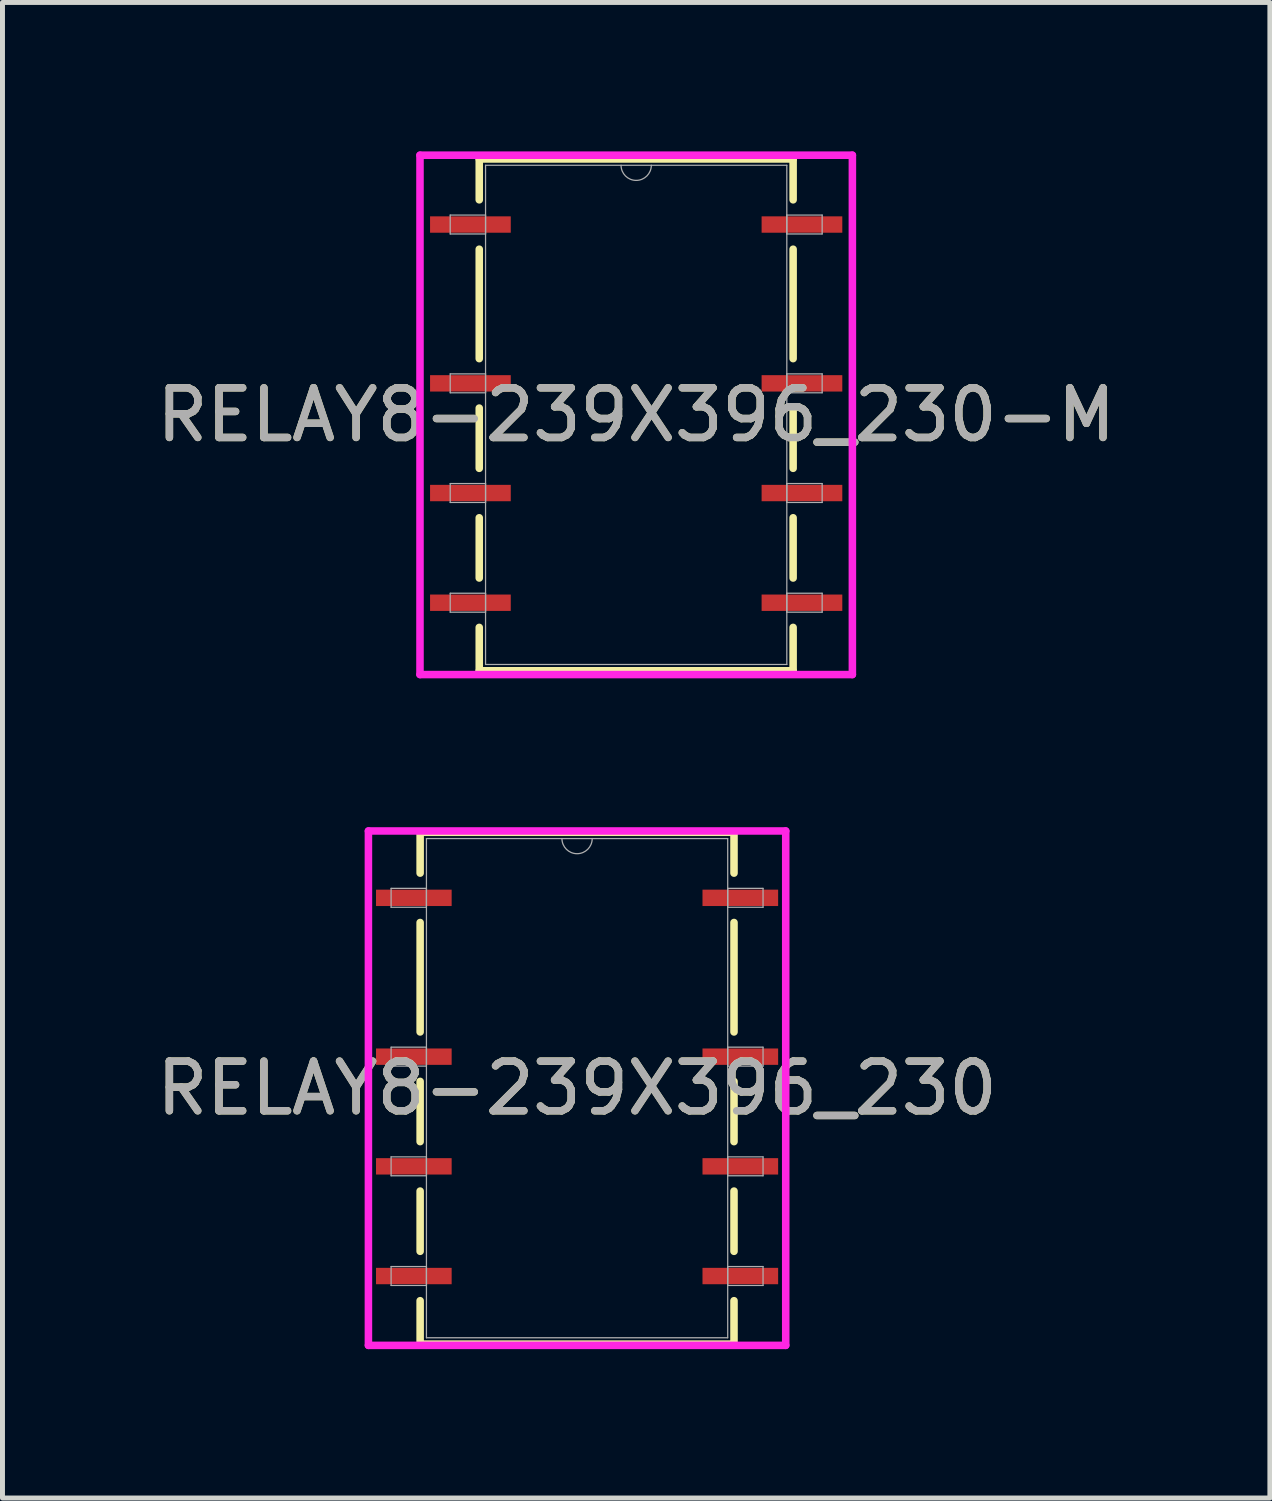
<source format=kicad_pcb>
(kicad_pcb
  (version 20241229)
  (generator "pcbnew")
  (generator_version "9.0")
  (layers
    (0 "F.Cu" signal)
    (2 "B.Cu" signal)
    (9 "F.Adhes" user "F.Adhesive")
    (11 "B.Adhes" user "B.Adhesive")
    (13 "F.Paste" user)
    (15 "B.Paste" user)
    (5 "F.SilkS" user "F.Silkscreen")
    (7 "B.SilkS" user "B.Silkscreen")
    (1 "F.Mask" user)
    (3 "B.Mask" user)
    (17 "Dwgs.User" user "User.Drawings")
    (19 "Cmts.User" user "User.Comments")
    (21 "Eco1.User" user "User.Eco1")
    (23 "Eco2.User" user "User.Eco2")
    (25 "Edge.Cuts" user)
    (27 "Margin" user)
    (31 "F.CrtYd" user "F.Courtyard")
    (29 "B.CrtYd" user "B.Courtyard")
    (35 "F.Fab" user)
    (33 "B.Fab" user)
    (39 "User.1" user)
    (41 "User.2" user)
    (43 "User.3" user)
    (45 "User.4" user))
  (footprint "RELAY8-239X396_230"
    (layer "F.Cu")
    (at 8.577 18.875)
    (property "Reference" "RELAY8-239X396_230" (at 0 0 0) (unlocked yes) (layer "F.SilkS") (effects (font (size 1 1) (thickness 0.15))))
    (attr smd)
    (fp_line (start -3.162 -5.156) (end -3.162 -4.333) (stroke (width 0.152) (type solid)) (layer "F.SilkS"))
    (fp_line (start -3.162 -3.338) (end -3.162 -1.133) (stroke (width 0.152) (type solid)) (layer "F.SilkS"))
    (fp_line (start -3.162 -0.137) (end -3.162 1.077) (stroke (width 0.152) (type solid)) (layer "F.SilkS"))
    (fp_line (start -3.162 2.073) (end -3.162 3.287) (stroke (width 0.152) (type solid)) (layer "F.SilkS"))
    (fp_line (start -3.162 4.282) (end -3.162 5.156) (stroke (width 0.152) (type solid)) (layer "F.SilkS"))
    (fp_line (start -3.162 5.156) (end 3.162 5.156) (stroke (width 0.152) (type solid)) (layer "F.SilkS"))
    (fp_line (start 3.162 -5.156) (end -3.162 -5.156) (stroke (width 0.152) (type solid)) (layer "F.SilkS"))
    (fp_line (start 3.162 -4.333) (end 3.162 -5.156) (stroke (width 0.152) (type solid)) (layer "F.SilkS"))
    (fp_line (start 3.162 -1.133) (end 3.162 -3.338) (stroke (width 0.152) (type solid)) (layer "F.SilkS"))
    (fp_line (start 3.162 1.077) (end 3.162 -0.137) (stroke (width 0.152) (type solid)) (layer "F.SilkS"))
    (fp_line (start 3.162 3.287) (end 3.162 2.073) (stroke (width 0.152) (type solid)) (layer "F.SilkS"))
    (fp_line (start 3.162 5.156) (end 3.162 4.282) (stroke (width 0.152) (type solid)) (layer "F.SilkS"))
    (fp_line (start -4.204 -5.182) (end 4.204 -5.182) (stroke (width 0.152) (type solid)) (layer "F.CrtYd"))
    (fp_line (start -4.204 5.182) (end -4.204 -5.182) (stroke (width 0.152) (type solid)) (layer "F.CrtYd"))
    (fp_line (start 4.204 -5.182) (end 4.204 5.182) (stroke (width 0.152) (type solid)) (layer "F.CrtYd"))
    (fp_line (start 4.204 5.182) (end -4.204 5.182) (stroke (width 0.152) (type solid)) (layer "F.CrtYd"))
    (fp_line (start -3.747 -4.026) (end -3.747 -3.645) (stroke (width 0.025) (type solid)) (layer "F.Fab"))
    (fp_line (start -3.747 -3.645) (end -3.035 -3.645) (stroke (width 0.025) (type solid)) (layer "F.Fab"))
    (fp_line (start -3.747 -0.826) (end -3.747 -0.445) (stroke (width 0.025) (type solid)) (layer "F.Fab"))
    (fp_line (start -3.747 -0.445) (end -3.035 -0.445) (stroke (width 0.025) (type solid)) (layer "F.Fab"))
    (fp_line (start -3.747 1.384) (end -3.747 1.765) (stroke (width 0.025) (type solid)) (layer "F.Fab"))
    (fp_line (start -3.747 1.765) (end -3.035 1.765) (stroke (width 0.025) (type solid)) (layer "F.Fab"))
    (fp_line (start -3.747 3.594) (end -3.747 3.975) (stroke (width 0.025) (type solid)) (layer "F.Fab"))
    (fp_line (start -3.747 3.975) (end -3.035 3.975) (stroke (width 0.025) (type solid)) (layer "F.Fab"))
    (fp_line (start -3.035 -5.029) (end -3.035 5.029) (stroke (width 0.025) (type solid)) (layer "F.Fab"))
    (fp_line (start -3.035 -4.026) (end -3.747 -4.026) (stroke (width 0.025) (type solid)) (layer "F.Fab"))
    (fp_line (start -3.035 -3.645) (end -3.035 -4.026) (stroke (width 0.025) (type solid)) (layer "F.Fab"))
    (fp_line (start -3.035 -0.826) (end -3.747 -0.826) (stroke (width 0.025) (type solid)) (layer "F.Fab"))
    (fp_line (start -3.035 -0.445) (end -3.035 -0.826) (stroke (width 0.025) (type solid)) (layer "F.Fab"))
    (fp_line (start -3.035 1.384) (end -3.747 1.384) (stroke (width 0.025) (type solid)) (layer "F.Fab"))
    (fp_line (start -3.035 1.765) (end -3.035 1.384) (stroke (width 0.025) (type solid)) (layer "F.Fab"))
    (fp_line (start -3.035 3.594) (end -3.747 3.594) (stroke (width 0.025) (type solid)) (layer "F.Fab"))
    (fp_line (start -3.035 3.975) (end -3.035 3.594) (stroke (width 0.025) (type solid)) (layer "F.Fab"))
    (fp_line (start -3.035 5.029) (end 3.035 5.029) (stroke (width 0.025) (type solid)) (layer "F.Fab"))
    (fp_line (start 3.035 -5.029) (end -3.035 -5.029) (stroke (width 0.025) (type solid)) (layer "F.Fab"))
    (fp_line (start 3.035 -4.026) (end 3.035 -3.645) (stroke (width 0.025) (type solid)) (layer "F.Fab"))
    (fp_line (start 3.035 -3.645) (end 3.747 -3.645) (stroke (width 0.025) (type solid)) (layer "F.Fab"))
    (fp_line (start 3.035 -0.826) (end 3.035 -0.445) (stroke (width 0.025) (type solid)) (layer "F.Fab"))
    (fp_line (start 3.035 -0.445) (end 3.747 -0.445) (stroke (width 0.025) (type solid)) (layer "F.Fab"))
    (fp_line (start 3.035 1.384) (end 3.035 1.765) (stroke (width 0.025) (type solid)) (layer "F.Fab"))
    (fp_line (start 3.035 1.765) (end 3.747 1.765) (stroke (width 0.025) (type solid)) (layer "F.Fab"))
    (fp_line (start 3.035 3.594) (end 3.035 3.975) (stroke (width 0.025) (type solid)) (layer "F.Fab"))
    (fp_line (start 3.035 3.975) (end 3.747 3.975) (stroke (width 0.025) (type solid)) (layer "F.Fab"))
    (fp_line (start 3.035 5.029) (end 3.035 -5.029) (stroke (width 0.025) (type solid)) (layer "F.Fab"))
    (fp_line (start 3.747 -4.026) (end 3.035 -4.026) (stroke (width 0.025) (type solid)) (layer "F.Fab"))
    (fp_line (start 3.747 -3.645) (end 3.747 -4.026) (stroke (width 0.025) (type solid)) (layer "F.Fab"))
    (fp_line (start 3.747 -0.826) (end 3.035 -0.826) (stroke (width 0.025) (type solid)) (layer "F.Fab"))
    (fp_line (start 3.747 -0.445) (end 3.747 -0.826) (stroke (width 0.025) (type solid)) (layer "F.Fab"))
    (fp_line (start 3.747 1.384) (end 3.035 1.384) (stroke (width 0.025) (type solid)) (layer "F.Fab"))
    (fp_line (start 3.747 1.765) (end 3.747 1.384) (stroke (width 0.025) (type solid)) (layer "F.Fab"))
    (fp_line (start 3.747 3.594) (end 3.035 3.594) (stroke (width 0.025) (type solid)) (layer "F.Fab"))
    (fp_line (start 3.747 3.975) (end 3.747 3.594) (stroke (width 0.025) (type solid)) (layer "F.Fab"))
    (fp_arc (start 0.3048 -5.0292) (mid 0 -4.7244) (end -0.3048 -5.0292) (stroke (width 0.0254) (type solid)) (layer "F.Fab"))
    (fp_text user "${REFERENCE}" (at 0 0 0) (unlocked yes) (layer "F.Fab") (effects (font (size 1 1) (thickness 0.15))))
    (pad "1" smd rect (at -3.289 -3.835) (size 1.524 0.33) (layers "F.Cu" "F.Mask" "F.Paste"))
    (pad "2" smd rect (at -3.289 -0.635) (size 1.524 0.33) (layers "F.Cu" "F.Mask" "F.Paste"))
    (pad "3" smd rect (at -3.289 1.575) (size 1.524 0.33) (layers "F.Cu" "F.Mask" "F.Paste"))
    (pad "4" smd rect (at -3.289 3.785) (size 1.524 0.33) (layers "F.Cu" "F.Mask" "F.Paste"))
    (pad "5" smd rect (at 3.289 3.785) (size 1.524 0.33) (layers "F.Cu" "F.Mask" "F.Paste"))
    (pad "6" smd rect (at 3.289 1.575) (size 1.524 0.33) (layers "F.Cu" "F.Mask" "F.Paste"))
    (pad "7" smd rect (at 3.289 -0.635) (size 1.524 0.33) (layers "F.Cu" "F.Mask" "F.Paste"))
    (pad "8" smd rect (at 3.289 -3.835) (size 1.524 0.33) (layers "F.Cu" "F.Mask" "F.Paste")))
  (footprint "RELAY8-239X396_230-M"
    (layer "F.Cu")
    (at 9.768 5.309)
    (property "Reference" "RELAY8-239X396_230-M" (at 0 0 0) (unlocked yes) (layer "F.SilkS") (effects (font (size 1 1) (thickness 0.15))))
    (attr smd)
    (fp_line (start -3.162 -5.156) (end -3.162 -4.333) (stroke (width 0.152) (type solid)) (layer "F.SilkS"))
    (fp_line (start -3.162 -3.338) (end -3.162 -1.133) (stroke (width 0.152) (type solid)) (layer "F.SilkS"))
    (fp_line (start -3.162 -0.137) (end -3.162 1.077) (stroke (width 0.152) (type solid)) (layer "F.SilkS"))
    (fp_line (start -3.162 2.073) (end -3.162 3.287) (stroke (width 0.152) (type solid)) (layer "F.SilkS"))
    (fp_line (start -3.162 4.282) (end -3.162 5.156) (stroke (width 0.152) (type solid)) (layer "F.SilkS"))
    (fp_line (start -3.162 5.156) (end 3.162 5.156) (stroke (width 0.152) (type solid)) (layer "F.SilkS"))
    (fp_line (start 3.162 -5.156) (end -3.162 -5.156) (stroke (width 0.152) (type solid)) (layer "F.SilkS"))
    (fp_line (start 3.162 -4.333) (end 3.162 -5.156) (stroke (width 0.152) (type solid)) (layer "F.SilkS"))
    (fp_line (start 3.162 -1.133) (end 3.162 -3.338) (stroke (width 0.152) (type solid)) (layer "F.SilkS"))
    (fp_line (start 3.162 1.077) (end 3.162 -0.137) (stroke (width 0.152) (type solid)) (layer "F.SilkS"))
    (fp_line (start 3.162 3.287) (end 3.162 2.073) (stroke (width 0.152) (type solid)) (layer "F.SilkS"))
    (fp_line (start 3.162 5.156) (end 3.162 4.282) (stroke (width 0.152) (type solid)) (layer "F.SilkS"))
    (fp_line (start -4.356 -5.232) (end 4.356 -5.232) (stroke (width 0.152) (type solid)) (layer "F.CrtYd"))
    (fp_line (start -4.356 5.232) (end -4.356 -5.232) (stroke (width 0.152) (type solid)) (layer "F.CrtYd"))
    (fp_line (start 4.356 -5.232) (end 4.356 5.232) (stroke (width 0.152) (type solid)) (layer "F.CrtYd"))
    (fp_line (start 4.356 5.232) (end -4.356 5.232) (stroke (width 0.152) (type solid)) (layer "F.CrtYd"))
    (fp_line (start -3.747 -4.026) (end -3.747 -3.645) (stroke (width 0.025) (type solid)) (layer "F.Fab"))
    (fp_line (start -3.747 -3.645) (end -3.035 -3.645) (stroke (width 0.025) (type solid)) (layer "F.Fab"))
    (fp_line (start -3.747 -0.826) (end -3.747 -0.445) (stroke (width 0.025) (type solid)) (layer "F.Fab"))
    (fp_line (start -3.747 -0.445) (end -3.035 -0.445) (stroke (width 0.025) (type solid)) (layer "F.Fab"))
    (fp_line (start -3.747 1.384) (end -3.747 1.765) (stroke (width 0.025) (type solid)) (layer "F.Fab"))
    (fp_line (start -3.747 1.765) (end -3.035 1.765) (stroke (width 0.025) (type solid)) (layer "F.Fab"))
    (fp_line (start -3.747 3.594) (end -3.747 3.975) (stroke (width 0.025) (type solid)) (layer "F.Fab"))
    (fp_line (start -3.747 3.975) (end -3.035 3.975) (stroke (width 0.025) (type solid)) (layer "F.Fab"))
    (fp_line (start -3.035 -5.029) (end -3.035 5.029) (stroke (width 0.025) (type solid)) (layer "F.Fab"))
    (fp_line (start -3.035 -4.026) (end -3.747 -4.026) (stroke (width 0.025) (type solid)) (layer "F.Fab"))
    (fp_line (start -3.035 -3.645) (end -3.035 -4.026) (stroke (width 0.025) (type solid)) (layer "F.Fab"))
    (fp_line (start -3.035 -0.826) (end -3.747 -0.826) (stroke (width 0.025) (type solid)) (layer "F.Fab"))
    (fp_line (start -3.035 -0.445) (end -3.035 -0.826) (stroke (width 0.025) (type solid)) (layer "F.Fab"))
    (fp_line (start -3.035 1.384) (end -3.747 1.384) (stroke (width 0.025) (type solid)) (layer "F.Fab"))
    (fp_line (start -3.035 1.765) (end -3.035 1.384) (stroke (width 0.025) (type solid)) (layer "F.Fab"))
    (fp_line (start -3.035 3.594) (end -3.747 3.594) (stroke (width 0.025) (type solid)) (layer "F.Fab"))
    (fp_line (start -3.035 3.975) (end -3.035 3.594) (stroke (width 0.025) (type solid)) (layer "F.Fab"))
    (fp_line (start -3.035 5.029) (end 3.035 5.029) (stroke (width 0.025) (type solid)) (layer "F.Fab"))
    (fp_line (start 3.035 -5.029) (end -3.035 -5.029) (stroke (width 0.025) (type solid)) (layer "F.Fab"))
    (fp_line (start 3.035 -4.026) (end 3.035 -3.645) (stroke (width 0.025) (type solid)) (layer "F.Fab"))
    (fp_line (start 3.035 -3.645) (end 3.747 -3.645) (stroke (width 0.025) (type solid)) (layer "F.Fab"))
    (fp_line (start 3.035 -0.826) (end 3.035 -0.445) (stroke (width 0.025) (type solid)) (layer "F.Fab"))
    (fp_line (start 3.035 -0.445) (end 3.747 -0.445) (stroke (width 0.025) (type solid)) (layer "F.Fab"))
    (fp_line (start 3.035 1.384) (end 3.035 1.765) (stroke (width 0.025) (type solid)) (layer "F.Fab"))
    (fp_line (start 3.035 1.765) (end 3.747 1.765) (stroke (width 0.025) (type solid)) (layer "F.Fab"))
    (fp_line (start 3.035 3.594) (end 3.035 3.975) (stroke (width 0.025) (type solid)) (layer "F.Fab"))
    (fp_line (start 3.035 3.975) (end 3.747 3.975) (stroke (width 0.025) (type solid)) (layer "F.Fab"))
    (fp_line (start 3.035 5.029) (end 3.035 -5.029) (stroke (width 0.025) (type solid)) (layer "F.Fab"))
    (fp_line (start 3.747 -4.026) (end 3.035 -4.026) (stroke (width 0.025) (type solid)) (layer "F.Fab"))
    (fp_line (start 3.747 -3.645) (end 3.747 -4.026) (stroke (width 0.025) (type solid)) (layer "F.Fab"))
    (fp_line (start 3.747 -0.826) (end 3.035 -0.826) (stroke (width 0.025) (type solid)) (layer "F.Fab"))
    (fp_line (start 3.747 -0.445) (end 3.747 -0.826) (stroke (width 0.025) (type solid)) (layer "F.Fab"))
    (fp_line (start 3.747 1.384) (end 3.035 1.384) (stroke (width 0.025) (type solid)) (layer "F.Fab"))
    (fp_line (start 3.747 1.765) (end 3.747 1.384) (stroke (width 0.025) (type solid)) (layer "F.Fab"))
    (fp_line (start 3.747 3.594) (end 3.035 3.594) (stroke (width 0.025) (type solid)) (layer "F.Fab"))
    (fp_line (start 3.747 3.975) (end 3.747 3.594) (stroke (width 0.025) (type solid)) (layer "F.Fab"))
    (fp_arc (start 0.3048 -5.0292) (mid 0 -4.7244) (end -0.3048 -5.0292) (stroke (width 0.0254) (type solid)) (layer "F.Fab"))
    (fp_text user "${REFERENCE}" (at 0 0 0) (unlocked yes) (layer "F.Fab") (effects (font (size 1 1) (thickness 0.15))))
    (pad "1" smd rect (at -3.34 -3.835) (size 1.626 0.33) (layers "F.Cu" "F.Mask" "F.Paste"))
    (pad "2" smd rect (at -3.34 -0.635) (size 1.626 0.33) (layers "F.Cu" "F.Mask" "F.Paste"))
    (pad "3" smd rect (at -3.34 1.575) (size 1.626 0.33) (layers "F.Cu" "F.Mask" "F.Paste"))
    (pad "4" smd rect (at -3.34 3.785) (size 1.626 0.33) (layers "F.Cu" "F.Mask" "F.Paste"))
    (pad "5" smd rect (at 3.34 3.785) (size 1.626 0.33) (layers "F.Cu" "F.Mask" "F.Paste"))
    (pad "6" smd rect (at 3.34 1.575) (size 1.626 0.33) (layers "F.Cu" "F.Mask" "F.Paste"))
    (pad "7" smd rect (at 3.34 -0.635) (size 1.626 0.33) (layers "F.Cu" "F.Mask" "F.Paste"))
    (pad "8" smd rect (at 3.34 -3.835) (size 1.626 0.33) (layers "F.Cu" "F.Mask" "F.Paste")))
  (gr_rect
    (start -3 -3)
    (end 22.536 27.133)
    (stroke (width 0.1) (type default))
    (fill no)
    (layer "Edge.Cuts")))
</source>
